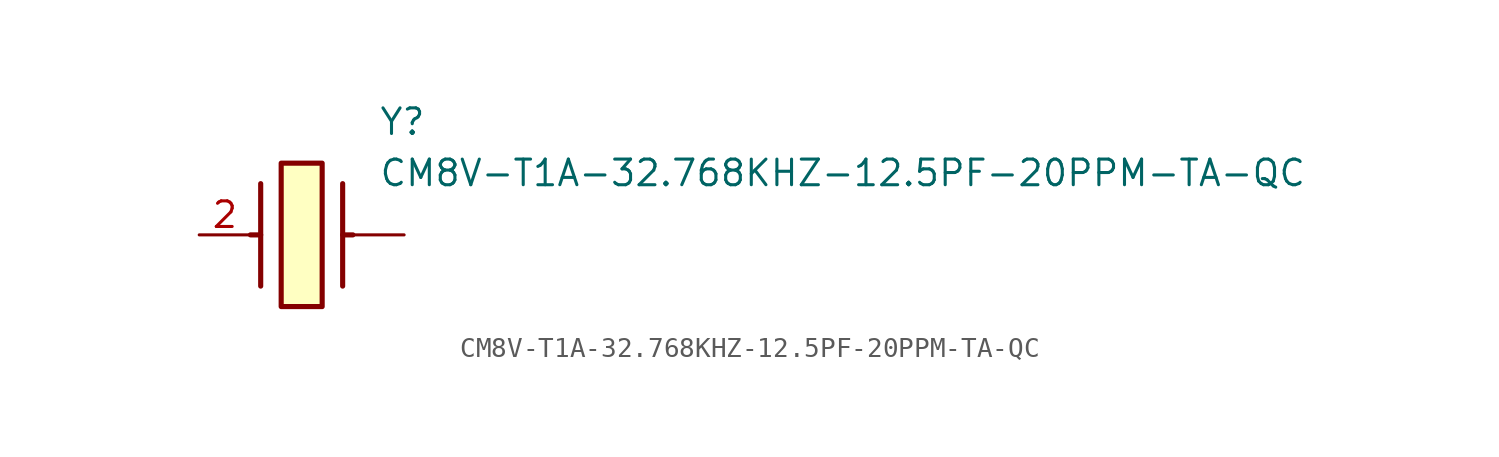
<source format=kicad_sym>
(kicad_symbol_lib
  (version 20211014)
  (generator SamacSys_ECAD_Model)
  (symbol "CM8V-T1A-32.768KHZ-12.5PF-20PPM-TA-QC"
    (pin_names hide)
    (property "Reference" "Y"
      (at 8.89 6.35 0)
      (effects (font (size 1.27 1.27)) (justify left top)))
    (property "Value" "CM8V-T1A-32.768KHZ-12.5PF-20PPM-TA-QC"
      (at 8.89 3.81 0)
      (effects (font (size 1.27 1.27)) (justify left top)))
    (rectangle
      (start 4.064 3.556)
      (end 6.096 -3.556)
      (stroke (width 0.254) (type default))
      (fill (type background)))
    (polyline
      (pts (xy 3.048 2.54) (xy 3.048 -2.54))
      (stroke (width 0.254) (type default))
      (fill (type none)))
    (polyline
      (pts (xy 7.112 2.54) (xy 7.112 -2.54))
      (stroke (width 0.254) (type default))
      (fill (type none)))
    (polyline
      (pts (xy 7.112 0) (xy 7.62 0))
      (stroke (width 0.254) (type default))
      (fill (type none)))
    (polyline
      (pts (xy 3.048 0) (xy 2.54 0))
      (stroke (width 0.254) (type default))
      (fill (type none)))
    (pin passive line
      (at 0 0 0)
      (length 2.54)
      (name "X2" (effects (font (size 1.27 1.27))))
      (number "2" (effects (font (size 1.27 1.27)))))
    (pin passive line
      (at 10.16 0 180)
      (length 2.54)
      (name "" (effects (font (size 1.27 1.27))))
      (number "" (effects (font (size 1.27 1.27)))))))
</source>
